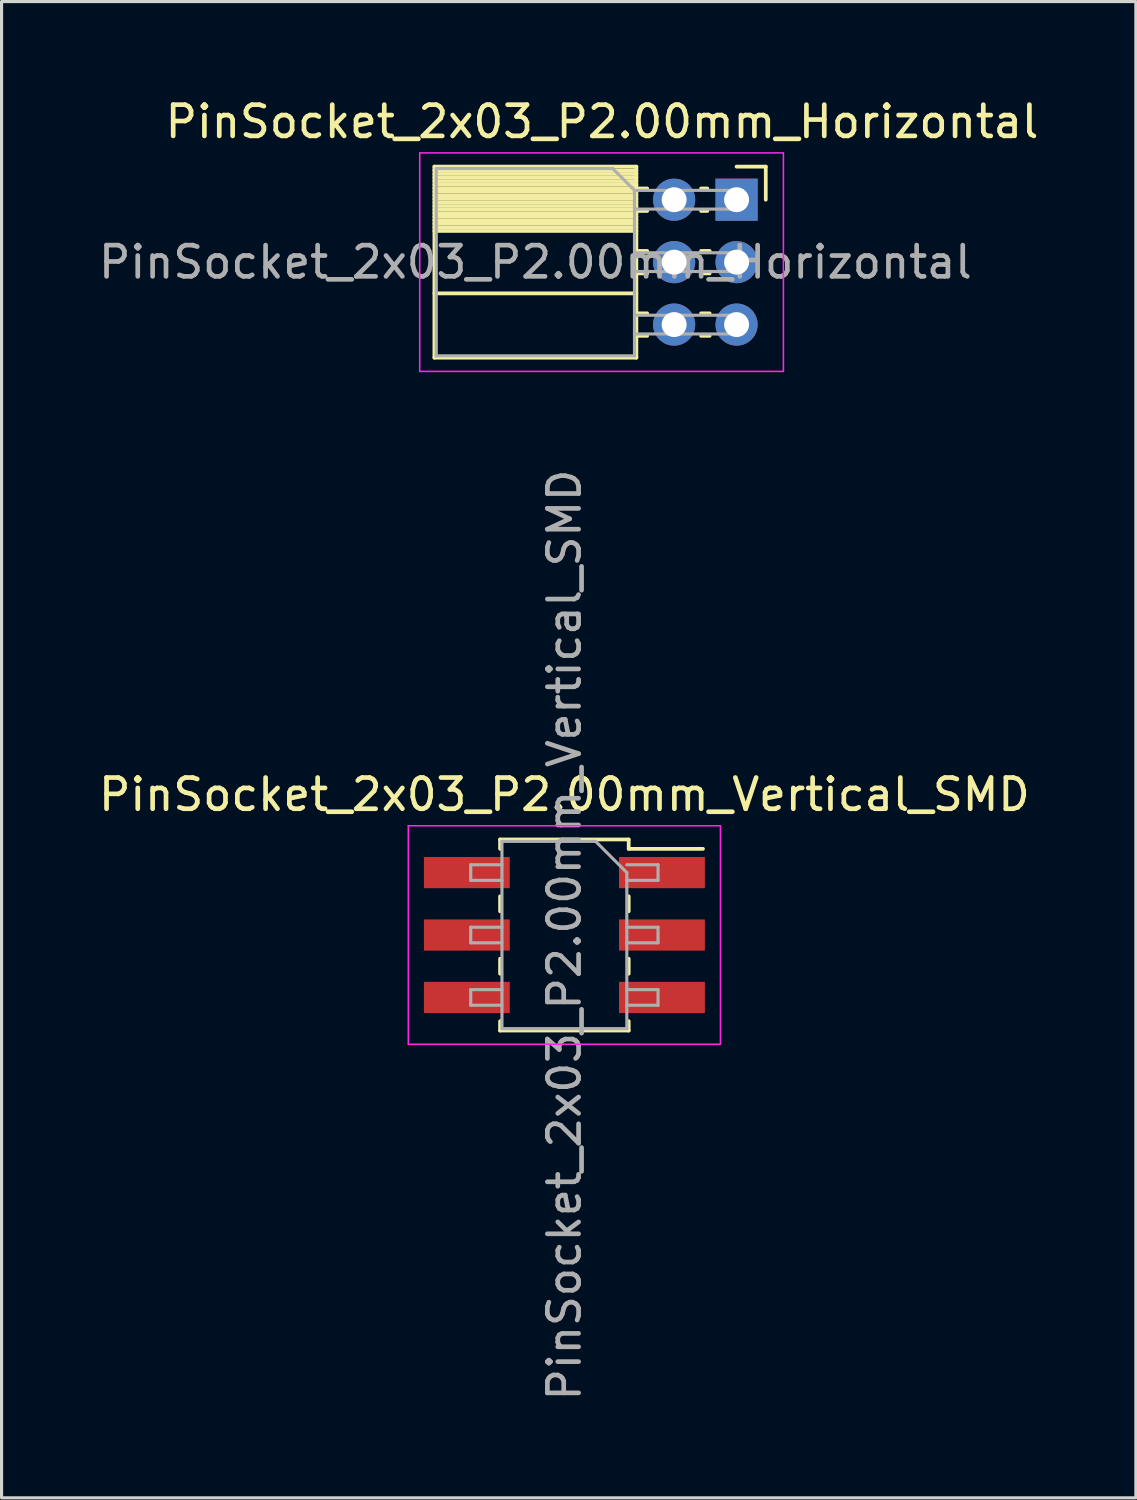
<source format=kicad_pcb>
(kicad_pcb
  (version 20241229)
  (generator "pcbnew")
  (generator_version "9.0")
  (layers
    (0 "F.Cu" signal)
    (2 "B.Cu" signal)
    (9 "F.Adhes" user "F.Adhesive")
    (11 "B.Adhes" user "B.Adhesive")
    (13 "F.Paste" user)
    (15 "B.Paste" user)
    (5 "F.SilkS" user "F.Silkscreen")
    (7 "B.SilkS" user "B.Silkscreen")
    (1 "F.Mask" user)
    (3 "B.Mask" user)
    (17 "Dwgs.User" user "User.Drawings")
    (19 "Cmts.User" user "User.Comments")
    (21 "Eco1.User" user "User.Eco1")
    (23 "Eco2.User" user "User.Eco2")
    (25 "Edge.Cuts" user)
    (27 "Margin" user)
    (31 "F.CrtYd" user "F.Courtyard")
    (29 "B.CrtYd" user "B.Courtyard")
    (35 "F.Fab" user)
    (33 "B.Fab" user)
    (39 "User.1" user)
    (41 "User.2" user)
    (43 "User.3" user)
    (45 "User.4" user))
  (footprint "PinSocket_2x03_P2.00mm_Vertical_SMD"
    (layer "F.Cu")
    (at 15.03 26.903)
    (property "Reference" "PinSocket_2x03_P2.00mm_Vertical_SMD" (at 0 -4.5 0) (layer "F.SilkS") (effects (font (size 1 1) (thickness 0.15))))
    (attr smd)
    (fp_line (start -2.06 -3.06) (end -2.06 -2.76) (stroke (width 0.12) (type solid)) (layer "F.SilkS"))
    (fp_line (start -2.06 -3.06) (end 2.06 -3.06) (stroke (width 0.12) (type solid)) (layer "F.SilkS"))
    (fp_line (start -2.06 -1.24) (end -2.06 -0.76) (stroke (width 0.12) (type solid)) (layer "F.SilkS"))
    (fp_line (start -2.06 0.76) (end -2.06 1.24) (stroke (width 0.12) (type solid)) (layer "F.SilkS"))
    (fp_line (start -2.06 2.76) (end -2.06 3.06) (stroke (width 0.12) (type solid)) (layer "F.SilkS"))
    (fp_line (start -2.06 3.06) (end 2.06 3.06) (stroke (width 0.12) (type solid)) (layer "F.SilkS"))
    (fp_line (start 2.06 -3.06) (end 2.06 -2.76) (stroke (width 0.12) (type solid)) (layer "F.SilkS"))
    (fp_line (start 2.06 -2.76) (end 4.44 -2.76) (stroke (width 0.12) (type solid)) (layer "F.SilkS"))
    (fp_line (start 2.06 -1.24) (end 2.06 -0.76) (stroke (width 0.12) (type solid)) (layer "F.SilkS"))
    (fp_line (start 2.06 0.76) (end 2.06 1.24) (stroke (width 0.12) (type solid)) (layer "F.SilkS"))
    (fp_line (start 2.06 2.76) (end 2.06 3.06) (stroke (width 0.12) (type solid)) (layer "F.SilkS"))
    (fp_line (start -5 -3.5) (end 5 -3.5) (stroke (width 0.05) (type solid)) (layer "F.CrtYd"))
    (fp_line (start -5 3.5) (end -5 -3.5) (stroke (width 0.05) (type solid)) (layer "F.CrtYd"))
    (fp_line (start 5 -3.5) (end 5 3.5) (stroke (width 0.05) (type solid)) (layer "F.CrtYd"))
    (fp_line (start 5 3.5) (end -5 3.5) (stroke (width 0.05) (type solid)) (layer "F.CrtYd"))
    (fp_line (start -3 -2.25) (end -2 -2.25) (stroke (width 0.1) (type solid)) (layer "F.Fab"))
    (fp_line (start -3 -1.75) (end -3 -2.25) (stroke (width 0.1) (type solid)) (layer "F.Fab"))
    (fp_line (start -3 -0.25) (end -2 -0.25) (stroke (width 0.1) (type solid)) (layer "F.Fab"))
    (fp_line (start -3 0.25) (end -3 -0.25) (stroke (width 0.1) (type solid)) (layer "F.Fab"))
    (fp_line (start -3 1.75) (end -2 1.75) (stroke (width 0.1) (type solid)) (layer "F.Fab"))
    (fp_line (start -3 2.25) (end -3 1.75) (stroke (width 0.1) (type solid)) (layer "F.Fab"))
    (fp_line (start -2 -3) (end 1 -3) (stroke (width 0.1) (type solid)) (layer "F.Fab"))
    (fp_line (start -2 -1.75) (end -3 -1.75) (stroke (width 0.1) (type solid)) (layer "F.Fab"))
    (fp_line (start -2 0.25) (end -3 0.25) (stroke (width 0.1) (type solid)) (layer "F.Fab"))
    (fp_line (start -2 2.25) (end -3 2.25) (stroke (width 0.1) (type solid)) (layer "F.Fab"))
    (fp_line (start -2 3) (end -2 -3) (stroke (width 0.1) (type solid)) (layer "F.Fab"))
    (fp_line (start 1 -3) (end 2 -2) (stroke (width 0.1) (type solid)) (layer "F.Fab"))
    (fp_line (start 2 -2.25) (end 3 -2.25) (stroke (width 0.1) (type solid)) (layer "F.Fab"))
    (fp_line (start 2 -2) (end 2 3) (stroke (width 0.1) (type solid)) (layer "F.Fab"))
    (fp_line (start 2 -0.25) (end 3 -0.25) (stroke (width 0.1) (type solid)) (layer "F.Fab"))
    (fp_line (start 2 1.75) (end 3 1.75) (stroke (width 0.1) (type solid)) (layer "F.Fab"))
    (fp_line (start 2 3) (end -2 3) (stroke (width 0.1) (type solid)) (layer "F.Fab"))
    (fp_line (start 3 -2.25) (end 3 -1.75) (stroke (width 0.1) (type solid)) (layer "F.Fab"))
    (fp_line (start 3 -1.75) (end 2 -1.75) (stroke (width 0.1) (type solid)) (layer "F.Fab"))
    (fp_line (start 3 -0.25) (end 3 0.25) (stroke (width 0.1) (type solid)) (layer "F.Fab"))
    (fp_line (start 3 0.25) (end 2 0.25) (stroke (width 0.1) (type solid)) (layer "F.Fab"))
    (fp_line (start 3 1.75) (end 3 2.25) (stroke (width 0.1) (type solid)) (layer "F.Fab"))
    (fp_line (start 3 2.25) (end 2 2.25) (stroke (width 0.1) (type solid)) (layer "F.Fab"))
    (fp_text user "${REFERENCE}" (at 0 0 90) (layer "F.Fab") (effects (font (size 1 1) (thickness 0.15))))
    (pad "1" smd rect (at 3.125 -2) (size 2.75 1) (layers "F.Cu" "F.Mask" "F.Paste"))
    (pad "2" smd rect (at -3.125 -2) (size 2.75 1) (layers "F.Cu" "F.Mask" "F.Paste"))
    (pad "3" smd rect (at 3.125 0) (size 2.75 1) (layers "F.Cu" "F.Mask" "F.Paste"))
    (pad "4" smd rect (at -3.125 0) (size 2.75 1) (layers "F.Cu" "F.Mask" "F.Paste"))
    (pad "5" smd rect (at 3.125 2) (size 2.75 1) (layers "F.Cu" "F.Mask" "F.Paste"))
    (pad "6" smd rect (at -3.125 2) (size 2.75 1) (layers "F.Cu" "F.Mask" "F.Paste")))
  (footprint "PinSocket_2x03_P2.00mm_Horizontal"
    (layer "F.Cu")
    (at 20.546 3.348)
    (property "Reference" "PinSocket_2x03_P2.00mm_Horizontal" (at -4.31 -2.5 0) (layer "F.SilkS") (effects (font (size 1 1) (thickness 0.15))))
    (attr through_hole)
    (fp_line (start -9.68 -1.06) (end -9.68 5.06) (stroke (width 0.12) (type solid)) (layer "F.SilkS"))
    (fp_line (start -9.68 -1.06) (end -3.21 -1.06) (stroke (width 0.12) (type solid)) (layer "F.SilkS"))
    (fp_line (start -9.68 -0.94) (end -3.21 -0.94) (stroke (width 0.12) (type solid)) (layer "F.SilkS"))
    (fp_line (start -9.68 -0.826) (end -3.21 -0.826) (stroke (width 0.12) (type solid)) (layer "F.SilkS"))
    (fp_line (start -9.68 -0.712) (end -3.21 -0.712) (stroke (width 0.12) (type solid)) (layer "F.SilkS"))
    (fp_line (start -9.68 -0.598) (end -3.21 -0.598) (stroke (width 0.12) (type solid)) (layer "F.SilkS"))
    (fp_line (start -9.68 -0.484) (end -3.21 -0.484) (stroke (width 0.12) (type solid)) (layer "F.SilkS"))
    (fp_line (start -9.68 -0.369) (end -3.21 -0.369) (stroke (width 0.12) (type solid)) (layer "F.SilkS"))
    (fp_line (start -9.68 -0.255) (end -3.21 -0.255) (stroke (width 0.12) (type solid)) (layer "F.SilkS"))
    (fp_line (start -9.68 -0.141) (end -3.21 -0.141) (stroke (width 0.12) (type solid)) (layer "F.SilkS"))
    (fp_line (start -9.68 -0.027) (end -3.21 -0.027) (stroke (width 0.12) (type solid)) (layer "F.SilkS"))
    (fp_line (start -9.68 0.087) (end -3.21 0.087) (stroke (width 0.12) (type solid)) (layer "F.SilkS"))
    (fp_line (start -9.68 0.201) (end -3.21 0.201) (stroke (width 0.12) (type solid)) (layer "F.SilkS"))
    (fp_line (start -9.68 0.315) (end -3.21 0.315) (stroke (width 0.12) (type solid)) (layer "F.SilkS"))
    (fp_line (start -9.68 0.429) (end -3.21 0.429) (stroke (width 0.12) (type solid)) (layer "F.SilkS"))
    (fp_line (start -9.68 0.544) (end -3.21 0.544) (stroke (width 0.12) (type solid)) (layer "F.SilkS"))
    (fp_line (start -9.68 0.658) (end -3.21 0.658) (stroke (width 0.12) (type solid)) (layer "F.SilkS"))
    (fp_line (start -9.68 0.772) (end -3.21 0.772) (stroke (width 0.12) (type solid)) (layer "F.SilkS"))
    (fp_line (start -9.68 0.886) (end -3.21 0.886) (stroke (width 0.12) (type solid)) (layer "F.SilkS"))
    (fp_line (start -9.68 1) (end -3.21 1) (stroke (width 0.12) (type solid)) (layer "F.SilkS"))
    (fp_line (start -9.68 3) (end -3.21 3) (stroke (width 0.12) (type solid)) (layer "F.SilkS"))
    (fp_line (start -9.68 5.06) (end -3.21 5.06) (stroke (width 0.12) (type solid)) (layer "F.SilkS"))
    (fp_line (start -3.21 -1.06) (end -3.21 5.06) (stroke (width 0.12) (type solid)) (layer "F.SilkS"))
    (fp_line (start -3.21 -0.36) (end -2.863 -0.36) (stroke (width 0.12) (type solid)) (layer "F.SilkS"))
    (fp_line (start -3.21 0.36) (end -2.863 0.36) (stroke (width 0.12) (type solid)) (layer "F.SilkS"))
    (fp_line (start -3.21 1.64) (end -2.863 1.64) (stroke (width 0.12) (type solid)) (layer "F.SilkS"))
    (fp_line (start -3.21 2.36) (end -2.863 2.36) (stroke (width 0.12) (type solid)) (layer "F.SilkS"))
    (fp_line (start -3.21 3.64) (end -2.863 3.64) (stroke (width 0.12) (type solid)) (layer "F.SilkS"))
    (fp_line (start -3.21 4.36) (end -2.863 4.36) (stroke (width 0.12) (type solid)) (layer "F.SilkS"))
    (fp_line (start -1.137 -0.36) (end -0.935 -0.36) (stroke (width 0.12) (type solid)) (layer "F.SilkS"))
    (fp_line (start -1.137 0.36) (end -0.935 0.36) (stroke (width 0.12) (type solid)) (layer "F.SilkS"))
    (fp_line (start -1.137 1.64) (end -0.863 1.64) (stroke (width 0.12) (type solid)) (layer "F.SilkS"))
    (fp_line (start -1.137 2.36) (end -0.863 2.36) (stroke (width 0.12) (type solid)) (layer "F.SilkS"))
    (fp_line (start -1.137 3.64) (end -0.863 3.64) (stroke (width 0.12) (type solid)) (layer "F.SilkS"))
    (fp_line (start -1.137 4.36) (end -0.863 4.36) (stroke (width 0.12) (type solid)) (layer "F.SilkS"))
    (fp_line (start 0 -1.06) (end 0.935 -1.06) (stroke (width 0.12) (type solid)) (layer "F.SilkS"))
    (fp_line (start 0.935 -1.06) (end 0.935 0) (stroke (width 0.12) (type solid)) (layer "F.SilkS"))
    (fp_line (start -10.15 -1.5) (end -10.15 5.5) (stroke (width 0.05) (type solid)) (layer "F.CrtYd"))
    (fp_line (start -10.15 5.5) (end 1.5 5.5) (stroke (width 0.05) (type solid)) (layer "F.CrtYd"))
    (fp_line (start 1.5 -1.5) (end -10.15 -1.5) (stroke (width 0.05) (type solid)) (layer "F.CrtYd"))
    (fp_line (start 1.5 5.5) (end 1.5 -1.5) (stroke (width 0.05) (type solid)) (layer "F.CrtYd"))
    (fp_line (start -9.62 -1) (end -3.97 -1) (stroke (width 0.1) (type solid)) (layer "F.Fab"))
    (fp_line (start -9.62 5) (end -9.62 -1) (stroke (width 0.1) (type solid)) (layer "F.Fab"))
    (fp_line (start -3.97 -1) (end -3.27 -0.3) (stroke (width 0.1) (type solid)) (layer "F.Fab"))
    (fp_line (start -3.27 -0.3) (end -3.27 5) (stroke (width 0.1) (type solid)) (layer "F.Fab"))
    (fp_line (start -3.27 0.3) (end 0 0.3) (stroke (width 0.1) (type solid)) (layer "F.Fab"))
    (fp_line (start -3.27 2.3) (end 0 2.3) (stroke (width 0.1) (type solid)) (layer "F.Fab"))
    (fp_line (start -3.27 4.3) (end 0 4.3) (stroke (width 0.1) (type solid)) (layer "F.Fab"))
    (fp_line (start -3.27 5) (end -9.62 5) (stroke (width 0.1) (type solid)) (layer "F.Fab"))
    (fp_line (start 0 -0.3) (end -3.27 -0.3) (stroke (width 0.1) (type solid)) (layer "F.Fab"))
    (fp_line (start 0 0.3) (end 0 -0.3) (stroke (width 0.1) (type solid)) (layer "F.Fab"))
    (fp_line (start 0 1.7) (end -3.27 1.7) (stroke (width 0.1) (type solid)) (layer "F.Fab"))
    (fp_line (start 0 2.3) (end 0 1.7) (stroke (width 0.1) (type solid)) (layer "F.Fab"))
    (fp_line (start 0 3.7) (end -3.27 3.7) (stroke (width 0.1) (type solid)) (layer "F.Fab"))
    (fp_line (start 0 4.3) (end 0 3.7) (stroke (width 0.1) (type solid)) (layer "F.Fab"))
    (fp_text user "${REFERENCE}" (at -6.445 2 0) (layer "F.Fab") (effects (font (size 1 1) (thickness 0.15))))
    (pad "1" thru_hole rect (at 0 0) (size 1.35 1.35) (drill 0.8) (layers "*.Cu" "*.Mask"))
    (pad "2" thru_hole oval (at -2 0) (size 1.35 1.35) (drill 0.8) (layers "*.Cu" "*.Mask"))
    (pad "3" thru_hole oval (at 0 2) (size 1.35 1.35) (drill 0.8) (layers "*.Cu" "*.Mask"))
    (pad "4" thru_hole oval (at -2 2) (size 1.35 1.35) (drill 0.8) (layers "*.Cu" "*.Mask"))
    (pad "5" thru_hole oval (at 0 4) (size 1.35 1.35) (drill 0.8) (layers "*.Cu" "*.Mask"))
    (pad "6" thru_hole oval (at -2 4) (size 1.35 1.35) (drill 0.8) (layers "*.Cu" "*.Mask")))
  (gr_rect
    (start -3 -3)
    (end 33.337 44.933)
    (stroke (width 0.1) (type default))
    (fill no)
    (layer "Edge.Cuts")))
</source>
